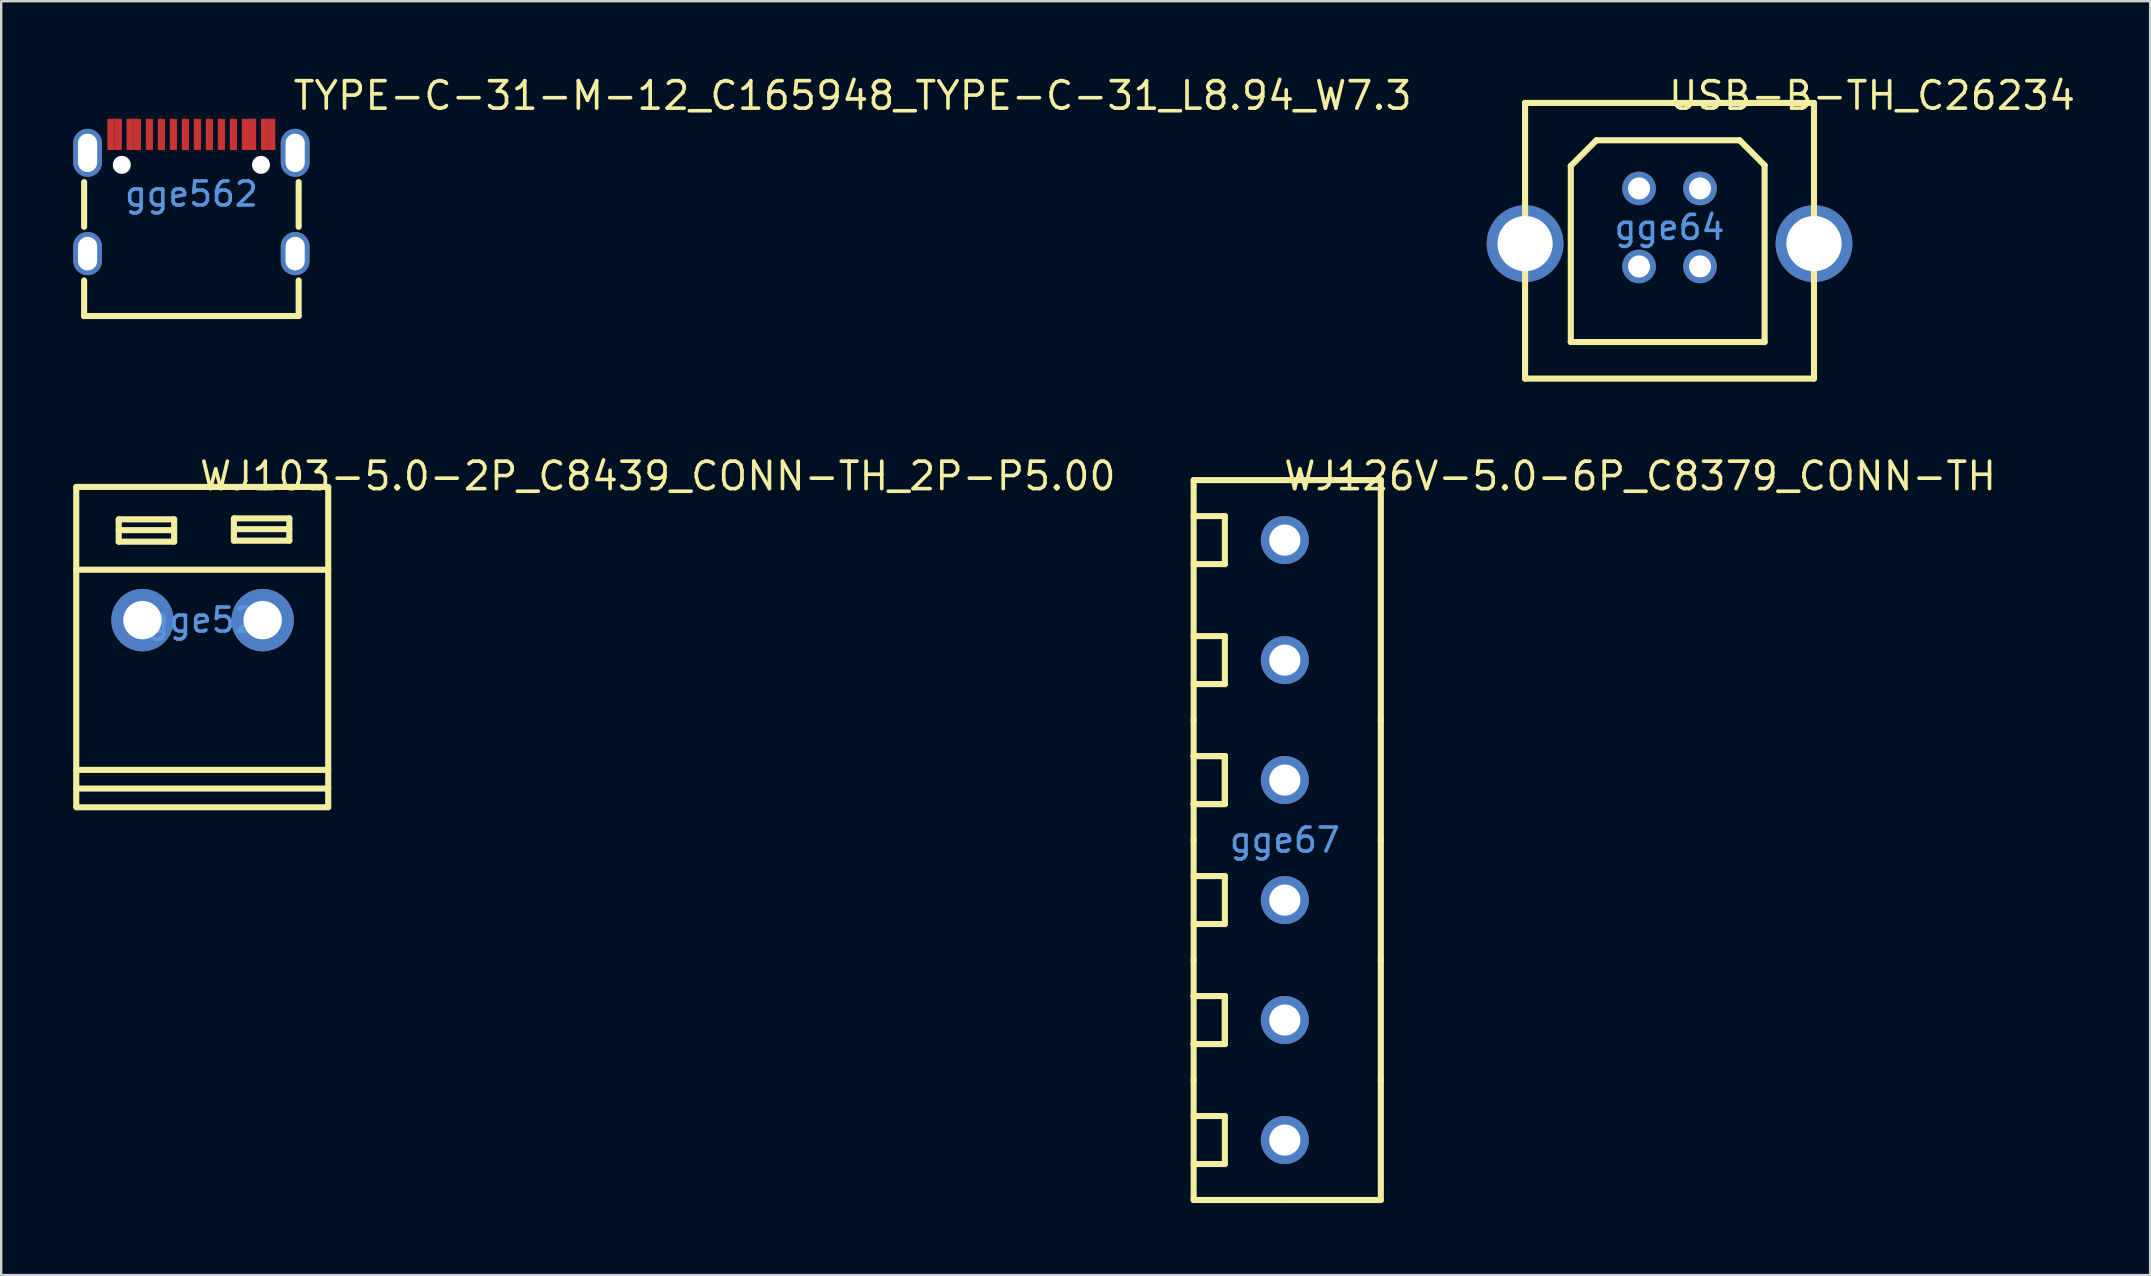
<source format=kicad_pcb>
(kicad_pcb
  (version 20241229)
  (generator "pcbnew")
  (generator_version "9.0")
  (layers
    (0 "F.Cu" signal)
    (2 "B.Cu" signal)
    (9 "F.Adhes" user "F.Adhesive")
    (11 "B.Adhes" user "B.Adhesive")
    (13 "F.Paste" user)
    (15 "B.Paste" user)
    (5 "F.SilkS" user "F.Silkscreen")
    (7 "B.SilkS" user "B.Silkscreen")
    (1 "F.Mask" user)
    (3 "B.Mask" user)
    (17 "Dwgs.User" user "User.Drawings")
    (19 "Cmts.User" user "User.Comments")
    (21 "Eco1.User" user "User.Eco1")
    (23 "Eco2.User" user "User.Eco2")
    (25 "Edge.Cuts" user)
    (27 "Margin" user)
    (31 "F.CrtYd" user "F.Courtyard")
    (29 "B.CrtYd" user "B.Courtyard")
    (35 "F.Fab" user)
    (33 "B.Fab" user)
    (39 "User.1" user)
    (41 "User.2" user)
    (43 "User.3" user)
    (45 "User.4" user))
  (footprint "WJ126V-5.0-6P_C8379_CONN-TH"
    (layer "F.Cu")
    (at 50.492 31.958)
    (property "Reference" "WJ126V-5.0-6P_C8379_CONN-TH" (at -0.127 -15.168 0) (layer "F.SilkS") (effects (font (size 1.143 1.143) (thickness 0.152)) (justify left)))
    (attr through_hole)
    (fp_line (start -3.8 -15.001) (end 0 -15.001) (stroke (width 0.254) (type solid)) (layer "F.SilkS"))
    (fp_line (start -3.8 -11.501) (end -2.5 -11.501) (stroke (width 0.254) (type solid)) (layer "F.SilkS"))
    (fp_line (start -3.8 -6.501) (end -2.5 -6.501) (stroke (width 0.254) (type solid)) (layer "F.SilkS"))
    (fp_line (start -3.8 -5) (end -3.8 -15.001) (stroke (width 0.254) (type solid)) (layer "F.SilkS"))
    (fp_line (start -3.8 -3.501) (end -2.5 -3.501) (stroke (width 0.254) (type solid)) (layer "F.SilkS"))
    (fp_line (start -3.8 -1.501) (end -2.5 -1.501) (stroke (width 0.254) (type solid)) (layer "F.SilkS"))
    (fp_line (start -3.8 -0.001) (end -3.8 -5) (stroke (width 0.254) (type solid)) (layer "F.SilkS"))
    (fp_line (start -3.8 1.499) (end -2.5 1.499) (stroke (width 0.254) (type solid)) (layer "F.SilkS"))
    (fp_line (start -3.8 4.999) (end -3.8 -0.001) (stroke (width 0.254) (type solid)) (layer "F.SilkS"))
    (fp_line (start -3.8 6.499) (end -2.5 6.499) (stroke (width 0.254) (type solid)) (layer "F.SilkS"))
    (fp_line (start -3.8 8.499) (end -2.5 8.499) (stroke (width 0.254) (type solid)) (layer "F.SilkS"))
    (fp_line (start -3.8 9.999) (end -3.8 4.999) (stroke (width 0.254) (type solid)) (layer "F.SilkS"))
    (fp_line (start -3.8 11.499) (end -2.5 11.499) (stroke (width 0.254) (type solid)) (layer "F.SilkS"))
    (fp_line (start -3.8 14.999) (end -3.8 9.999) (stroke (width 0.254) (type solid)) (layer "F.SilkS"))
    (fp_line (start -2.5 -13.501) (end -3.8 -13.501) (stroke (width 0.254) (type solid)) (layer "F.SilkS"))
    (fp_line (start -2.5 -11.501) (end -2.5 -13.501) (stroke (width 0.254) (type solid)) (layer "F.SilkS"))
    (fp_line (start -2.5 -8.501) (end -3.8 -8.501) (stroke (width 0.254) (type solid)) (layer "F.SilkS"))
    (fp_line (start -2.5 -6.501) (end -2.5 -8.501) (stroke (width 0.254) (type solid)) (layer "F.SilkS"))
    (fp_line (start -2.5 -3.501) (end -3.8 -3.501) (stroke (width 0.254) (type solid)) (layer "F.SilkS"))
    (fp_line (start -2.5 -3.501) (end -2.5 -1.501) (stroke (width 0.254) (type solid)) (layer "F.SilkS"))
    (fp_line (start -2.5 -1.501) (end -3.8 -1.501) (stroke (width 0.254) (type solid)) (layer "F.SilkS"))
    (fp_line (start -2.5 -1.501) (end -2.5 -3.501) (stroke (width 0.254) (type solid)) (layer "F.SilkS"))
    (fp_line (start -2.5 1.499) (end -2.5 3.499) (stroke (width 0.254) (type solid)) (layer "F.SilkS"))
    (fp_line (start -2.5 3.499) (end -3.8 3.499) (stroke (width 0.254) (type solid)) (layer "F.SilkS"))
    (fp_line (start -2.5 6.499) (end -3.8 6.499) (stroke (width 0.254) (type solid)) (layer "F.SilkS"))
    (fp_line (start -2.5 6.499) (end -2.5 8.499) (stroke (width 0.254) (type solid)) (layer "F.SilkS"))
    (fp_line (start -2.5 8.499) (end -3.8 8.499) (stroke (width 0.254) (type solid)) (layer "F.SilkS"))
    (fp_line (start -2.5 8.499) (end -2.5 6.499) (stroke (width 0.254) (type solid)) (layer "F.SilkS"))
    (fp_line (start -2.5 11.499) (end -2.5 13.499) (stroke (width 0.254) (type solid)) (layer "F.SilkS"))
    (fp_line (start -2.5 13.499) (end -3.8 13.499) (stroke (width 0.254) (type solid)) (layer "F.SilkS"))
    (fp_line (start 0 -15.001) (end 4 -15.001) (stroke (width 0.254) (type solid)) (layer "F.SilkS"))
    (fp_line (start 0 14.999) (end -3.8 14.999) (stroke (width 0.254) (type solid)) (layer "F.SilkS"))
    (fp_line (start 4 -15.001) (end 4 -5) (stroke (width 0.254) (type solid)) (layer "F.SilkS"))
    (fp_line (start 4 -5) (end 4 -0.001) (stroke (width 0.254) (type solid)) (layer "F.SilkS"))
    (fp_line (start 4 -0.001) (end 4 4.999) (stroke (width 0.254) (type solid)) (layer "F.SilkS"))
    (fp_line (start 4 4.999) (end 4 9.999) (stroke (width 0.254) (type solid)) (layer "F.SilkS"))
    (fp_line (start 4 9.999) (end 4 14.999) (stroke (width 0.254) (type solid)) (layer "F.SilkS"))
    (fp_line (start 4 14.999) (end 0 14.999) (stroke (width 0.254) (type solid)) (layer "F.SilkS"))
    (fp_text user "gge67" (at 0 0 0) (layer "Cmts.User") (effects (font (size 1 1) (thickness 0.15))))
    (pad "1" thru_hole circle (at 0 -12.501 270) (size 2 2) (drill 1.3) (layers "*.Cu" "*.Paste" "*.Mask"))
    (pad "2" thru_hole circle (at 0 -7.499 270) (size 2 2) (drill 1.3) (layers "*.Cu" "*.Paste" "*.Mask"))
    (pad "3" thru_hole circle (at 0 -2.501 270) (size 2 2) (drill 1.3) (layers "*.Cu" "*.Paste" "*.Mask"))
    (pad "4" thru_hole circle (at 0 2.501 270) (size 2 2) (drill 1.3) (layers "*.Cu" "*.Paste" "*.Mask"))
    (pad "5" thru_hole circle (at 0 7.499 270) (size 2 2) (drill 1.3) (layers "*.Cu" "*.Paste" "*.Mask"))
    (pad "6" thru_hole circle (at 0 12.501 270) (size 2 2) (drill 1.3) (layers "*.Cu" "*.Paste" "*.Mask")))
  (footprint "TYPE-C-31-M-12_C165948_TYPE-C-31_L8.94_W7.3"
    (layer "F.Cu")
    (at 4.925 5.035)
    (property "Reference" "TYPE-C-31-M-12_C165948_TYPE-C-31_L8.94_W7.3" (at 4.16 -4.1 0) (layer "F.SilkS") (effects (font (size 1.143 1.143) (thickness 0.152)) (justify left)))
    (attr smd)
    (fp_line (start -4.469 1.366) (end -4.469 -0.497) (stroke (width 0.254) (type solid)) (layer "F.SilkS"))
    (fp_line (start -4.469 5.084) (end -4.469 3.603) (stroke (width 0.254) (type solid)) (layer "F.SilkS"))
    (fp_line (start 4.471 1.366) (end 4.471 -0.498) (stroke (width 0.254) (type solid)) (layer "F.SilkS"))
    (fp_line (start 4.471 5.084) (end -4.469 5.084) (stroke (width 0.254) (type solid)) (layer "F.SilkS"))
    (fp_line (start 4.471 5.084) (end 4.471 3.602) (stroke (width 0.254) (type solid)) (layer "F.SilkS"))
    (fp_poly (pts (xy -1.9 -3.134) (xy -1.6 -3.134) (xy -1.6 -1.835) (xy -1.9 -1.835)) (stroke (width 0) (type solid)) (fill yes) (layer "F.Paste"))
    (fp_poly (pts (xy -1.4 -3.134) (xy -1.1 -3.134) (xy -1.1 -1.835) (xy -1.4 -1.835)) (stroke (width 0) (type solid)) (fill yes) (layer "F.Paste"))
    (fp_poly (pts (xy -0.9 -3.134) (xy -0.6 -3.134) (xy -0.6 -1.835) (xy -0.9 -1.835)) (stroke (width 0) (type solid)) (fill yes) (layer "F.Paste"))
    (fp_poly (pts (xy -0.4 -3.134) (xy -0.1 -3.134) (xy -0.1 -1.835) (xy -0.4 -1.835)) (stroke (width 0) (type solid)) (fill yes) (layer "F.Paste"))
    (fp_poly (pts (xy 0.1 -3.134) (xy 0.4 -3.134) (xy 0.4 -1.835) (xy 0.1 -1.835)) (stroke (width 0) (type solid)) (fill yes) (layer "F.Paste"))
    (fp_poly (pts (xy 0.6 -3.134) (xy 0.9 -3.134) (xy 0.9 -1.835) (xy 0.6 -1.835)) (stroke (width 0) (type solid)) (fill yes) (layer "F.Paste"))
    (fp_poly (pts (xy 1.1 -3.134) (xy 1.4 -3.134) (xy 1.4 -1.835) (xy 1.1 -1.835)) (stroke (width 0) (type solid)) (fill yes) (layer "F.Paste"))
    (fp_poly (pts (xy 1.6 -3.134) (xy 1.9 -3.134) (xy 1.9 -1.835) (xy 1.6 -1.835)) (stroke (width 0) (type solid)) (fill yes) (layer "F.Paste"))
    (fp_poly (pts (xy -3.45 -3.134) (xy -2.95 -3.134) (xy -2.95 -1.834) (xy -3.45 -1.834) (xy -3.45 -1.857)) (stroke (width 0) (type solid)) (fill yes) (layer "F.Paste"))
    (fp_poly (pts (xy -2.65 -3.134) (xy -2.15 -3.134) (xy -2.15 -1.834) (xy -2.65 -1.834) (xy -2.65 -1.857)) (stroke (width 0) (type solid)) (fill yes) (layer "F.Paste"))
    (fp_poly (pts (xy 2.15 -3.134) (xy 2.65 -3.134) (xy 2.65 -1.834) (xy 2.15 -1.834) (xy 2.15 -1.857)) (stroke (width 0) (type solid)) (fill yes) (layer "F.Paste"))
    (fp_poly (pts (xy 2.95 -3.134) (xy 3.45 -3.134) (xy 3.45 -1.834) (xy 2.95 -1.834) (xy 2.95 -1.857)) (stroke (width 0) (type solid)) (fill yes) (layer "F.Paste"))
    (fp_circle (center -2.9 -1.216) (end -2.775 -1.216) (stroke (width 0.25) (type solid)) (fill no) (layer "Cmts.User"))
    (fp_circle (center 2.9 -1.216) (end 3.025 -1.216) (stroke (width 0.25) (type solid)) (fill no) (layer "Cmts.User"))
    (fp_text user "gge562" (at 0 0 0) (layer "Cmts.User") (effects (font (size 1 1) (thickness 0.15))))
    (pad "" np_thru_hole circle (at -2.9 -1.216) (size 0.75 0.75) (drill 0.75) (layers "*.Cu" "*.Mask"))
    (pad "" np_thru_hole circle (at 2.9 -1.216) (size 0.75 0.75) (drill 0.75) (layers "*.Cu" "*.Mask"))
    (pad "0" thru_hole oval (at -4.325 -1.716) (size 1.2 2) (drill oval 0.8 1.6) (layers "*.Cu" "*.Mask"))
    (pad "0" thru_hole oval (at -4.325 2.484) (size 1.2 1.8) (drill oval 0.8 1.4) (layers "*.Cu" "*.Mask"))
    (pad "0" thru_hole oval (at 4.325 -1.716) (size 1.2 2) (drill oval 0.8 1.6) (layers "*.Cu" "*.Mask"))
    (pad "0" thru_hole oval (at 4.325 2.484) (size 1.2 1.8) (drill oval 0.8 1.4) (layers "*.Cu" "*.Mask"))
    (pad "A1" smd rect (at -3.35 -2.484) (size 0.3 1.3) (layers "F.Cu" "F.Mask" "F.Paste"))
    (pad "A4" smd rect (at -2.55 -2.484) (size 0.3 1.3) (layers "F.Cu" "F.Mask" "F.Paste"))
    (pad "A5" smd rect (at -1.25 -2.484) (size 0.3 1.3) (layers "F.Cu" "F.Mask" "F.Paste"))
    (pad "A6" smd rect (at -0.25 -2.484) (size 0.3 1.3) (layers "F.Cu" "F.Mask" "F.Paste"))
    (pad "A7" smd rect (at 0.25 -2.484) (size 0.3 1.3) (layers "F.Cu" "F.Mask" "F.Paste"))
    (pad "A8" smd rect (at 1.25 -2.484) (size 0.3 1.3) (layers "F.Cu" "F.Mask" "F.Paste"))
    (pad "A9" smd rect (at 2.55 -2.484) (size 0.3 1.3) (layers "F.Cu" "F.Mask" "F.Paste"))
    (pad "A12" smd rect (at 3.35 -2.484) (size 0.3 1.3) (layers "F.Cu" "F.Mask" "F.Paste"))
    (pad "B1" smd rect (at 3.05 -2.484) (size 0.3 1.3) (layers "F.Cu" "F.Mask" "F.Paste"))
    (pad "B4" smd rect (at 2.25 -2.484) (size 0.3 1.3) (layers "F.Cu" "F.Mask" "F.Paste"))
    (pad "B5" smd rect (at 1.75 -2.484) (size 0.3 1.3) (layers "F.Cu" "F.Mask" "F.Paste"))
    (pad "B6" smd rect (at 0.75 -2.484) (size 0.3 1.3) (layers "F.Cu" "F.Mask" "F.Paste"))
    (pad "B7" smd rect (at -0.75 -2.484) (size 0.3 1.3) (layers "F.Cu" "F.Mask" "F.Paste"))
    (pad "B8" smd rect (at -1.75 -2.484) (size 0.3 1.3) (layers "F.Cu" "F.Mask" "F.Paste"))
    (pad "B9" smd rect (at -2.25 -2.484) (size 0.3 1.3) (layers "F.Cu" "F.Mask" "F.Paste"))
    (pad "B12" smd rect (at -3.05 -2.484) (size 0.3 1.3) (layers "F.Cu" "F.Mask" "F.Paste")))
  (footprint "WJ103-5.0-2P_C8439_CONN-TH_2P-P5.00"
    (layer "F.Cu")
    (at 5.391 22.792)
    (property "Reference" "WJ103-5.0-2P_C8439_CONN-TH_2P-P5.00" (at -0.208 -6.002 0) (layer "F.SilkS") (effects (font (size 1.143 1.143) (thickness 0.152)) (justify left)))
    (attr through_hole)
    (fp_line (start -5.264 -5.55) (end 5.236 -5.55) (stroke (width 0.254) (type solid)) (layer "F.SilkS"))
    (fp_line (start -5.264 -5.54) (end -5.264 7.76) (stroke (width 0.254) (type solid)) (layer "F.SilkS"))
    (fp_line (start -5.264 -2.1) (end 5.236 -2.1) (stroke (width 0.254) (type solid)) (layer "F.SilkS"))
    (fp_line (start -5.264 6.24) (end 5.236 6.24) (stroke (width 0.254) (type solid)) (layer "F.SilkS"))
    (fp_line (start -5.264 7.02) (end 5.236 7.02) (stroke (width 0.254) (type solid)) (layer "F.SilkS"))
    (fp_line (start -5.264 7.8) (end 5.236 7.8) (stroke (width 0.254) (type solid)) (layer "F.SilkS"))
    (fp_line (start -3.494 -4.2) (end -3.494 -3.27) (stroke (width 0.254) (type solid)) (layer "F.SilkS"))
    (fp_line (start -3.494 -3.75) (end -1.184 -3.75) (stroke (width 0.254) (type solid)) (layer "F.SilkS"))
    (fp_line (start -3.494 -3.27) (end -1.184 -3.27) (stroke (width 0.254) (type solid)) (layer "F.SilkS"))
    (fp_line (start -3.464 -4.2) (end -3.494 -4.17) (stroke (width 0.254) (type solid)) (layer "F.SilkS"))
    (fp_line (start -1.184 -4.2) (end -3.464 -4.2) (stroke (width 0.254) (type solid)) (layer "F.SilkS"))
    (fp_line (start -1.184 -3.27) (end -1.184 -4.2) (stroke (width 0.254) (type solid)) (layer "F.SilkS"))
    (fp_line (start 1.306 -4.241) (end 1.306 -3.311) (stroke (width 0.254) (type solid)) (layer "F.SilkS"))
    (fp_line (start 1.306 -3.791) (end 3.616 -3.791) (stroke (width 0.254) (type solid)) (layer "F.SilkS"))
    (fp_line (start 1.306 -3.311) (end 3.616 -3.311) (stroke (width 0.254) (type solid)) (layer "F.SilkS"))
    (fp_line (start 1.336 -4.241) (end 1.306 -4.211) (stroke (width 0.254) (type solid)) (layer "F.SilkS"))
    (fp_line (start 3.616 -4.241) (end 1.336 -4.241) (stroke (width 0.254) (type solid)) (layer "F.SilkS"))
    (fp_line (start 3.616 -3.311) (end 3.616 -4.241) (stroke (width 0.254) (type solid)) (layer "F.SilkS"))
    (fp_line (start 5.236 -5.53) (end 5.236 7.77) (stroke (width 0.254) (type solid)) (layer "F.SilkS"))
    (fp_text user "gge52" (at 0 0 0) (layer "Cmts.User") (effects (font (size 1 1) (thickness 0.15))))
    (pad "1" thru_hole circle (at -2.504 0) (size 2.6 2.6) (drill 1.6) (layers "*.Cu" "*.Paste" "*.Mask"))
    (pad "2" thru_hole circle (at 2.504 0) (size 2.6 2.6) (drill 1.6) (layers "*.Cu" "*.Paste" "*.Mask")))
  (footprint "USB-B-TH_C26234"
    (layer "F.Cu")
    (at 66.523 6.428)
    (property "Reference" "USB-B-TH_C26234" (at -0.127 -5.493 0) (layer "F.SilkS") (effects (font (size 1.143 1.143) (thickness 0.152)) (justify left)))
    (attr through_hole)
    (fp_line (start -6.02 -5.188) (end -6.02 6.299) (stroke (width 0.254) (type solid)) (layer "F.SilkS"))
    (fp_line (start -6.02 6.299) (end 6.02 6.299) (stroke (width 0.254) (type solid)) (layer "F.SilkS"))
    (fp_line (start -4.115 -2.566) (end -3.048 -3.633) (stroke (width 0.254) (type solid)) (layer "F.SilkS"))
    (fp_line (start -4.115 4.775) (end -4.115 -2.566) (stroke (width 0.254) (type solid)) (layer "F.SilkS"))
    (fp_line (start -3.048 -3.633) (end 2.921 -3.633) (stroke (width 0.254) (type solid)) (layer "F.SilkS"))
    (fp_line (start 2.921 -3.633) (end 3.962 -2.591) (stroke (width 0.254) (type solid)) (layer "F.SilkS"))
    (fp_line (start 3.962 -2.591) (end 3.962 4.775) (stroke (width 0.254) (type solid)) (layer "F.SilkS"))
    (fp_line (start 3.962 4.775) (end -4.115 4.775) (stroke (width 0.254) (type solid)) (layer "F.SilkS"))
    (fp_line (start 6.02 -5.188) (end -6.02 -5.188) (stroke (width 0.254) (type solid)) (layer "F.SilkS"))
    (fp_line (start 6.02 6.299) (end 6.02 -5.188) (stroke (width 0.254) (type solid)) (layer "F.SilkS"))
    (fp_text user "gge64" (at 0 0 0) (layer "Cmts.User") (effects (font (size 1 1) (thickness 0.15))))
    (pad "0" thru_hole circle (at -6.02 0.674 90) (size 3.2 3.2) (drill 2.3) (layers "*.Cu" "*.Paste" "*.Mask"))
    (pad "0" thru_hole circle (at 6.02 0.674 90) (size 3.2 3.2) (drill 2.3) (layers "*.Cu" "*.Paste" "*.Mask"))
    (pad "1" thru_hole circle (at 1.27 -1.625 180) (size 1.4 1.4) (drill 0.92) (layers "*.Cu" "*.Paste" "*.Mask"))
    (pad "2" thru_hole circle (at -1.27 -1.625 180) (size 1.4 1.4) (drill 0.92) (layers "*.Cu" "*.Paste" "*.Mask"))
    (pad "3" thru_hole circle (at -1.27 1.625 180) (size 1.4 1.4) (drill 0.92) (layers "*.Cu" "*.Paste" "*.Mask"))
    (pad "4" thru_hole circle (at 1.27 1.625 180) (size 1.4 1.4) (drill 0.92) (layers "*.Cu" "*.Paste" "*.Mask")))
  (gr_rect
    (start -3 -3)
    (end 86.551 50.084)
    (stroke (width 0.1) (type default))
    (fill no)
    (layer "Edge.Cuts")))
</source>
